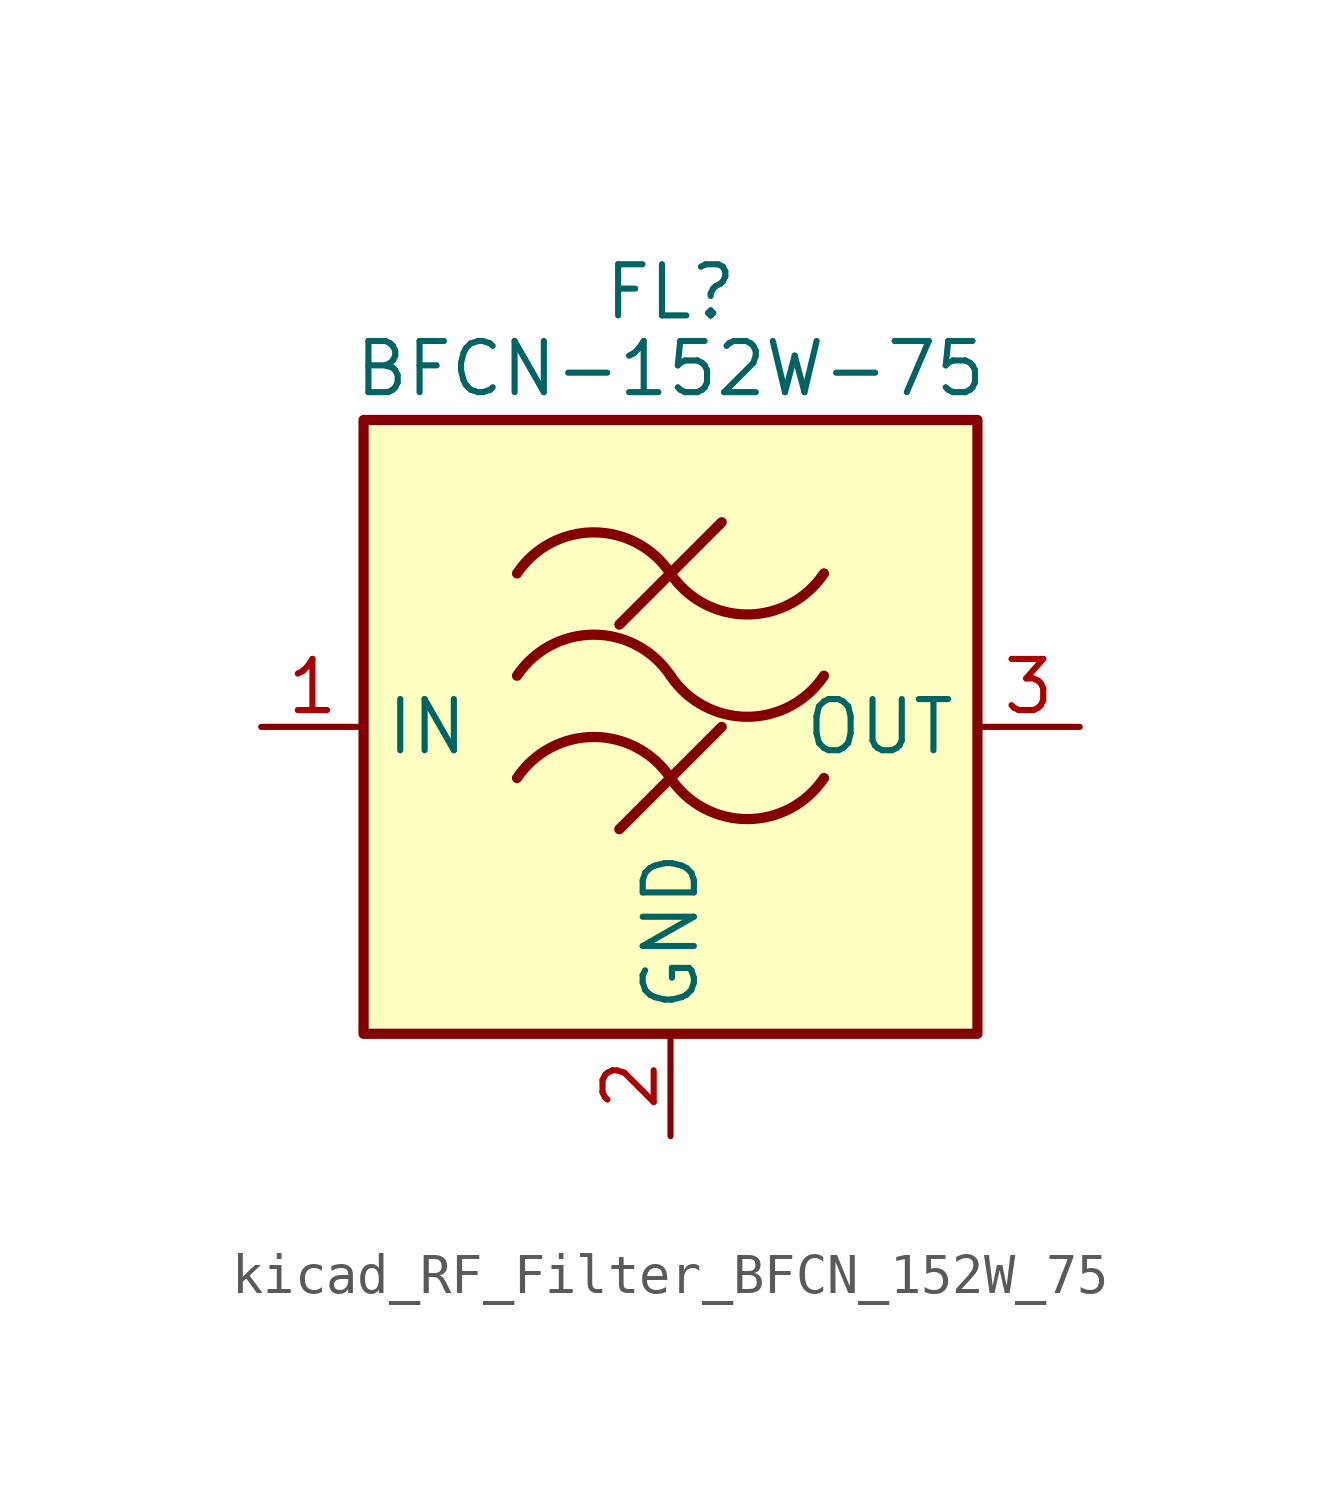
<source format=kicad_sym>
(kicad_symbol_lib
  (version 20220914)
  (generator kicad_symbol_editor)
  (symbol "kicad_RF_Filter_BFCN_152W_75"
    (property "Reference" "FL"
      (at 0 10.795 0)
      (effects (font (size 1.27 1.27))))
    (property "Value" "BFCN-152W-75"
      (at 0 8.89 0)
      (effects (font (size 1.27 1.27))))
    (symbol "kicad_RF_Filter_BFCN_152W_75_0_1"
      (rectangle (start -7.62 7.62) (end 7.62 -7.62) (stroke (width 0.254) (type default)) (fill (type background)))
      (arc (start 0 -1.27) (mid -1.905 -0.2505) (end -3.81 -1.27) (stroke (width 0.254) (type default)) (fill (type none)))
      (arc (start 0 -1.27) (mid 1.905 -2.2895) (end 3.81 -1.27) (stroke (width 0.254) (type default)) (fill (type none)))
      (polyline (pts (xy -1.27 -2.54) (xy 1.27 0)) (stroke (width 0.254) (type default)) (fill (type none)))
      (polyline (pts (xy -1.27 2.54) (xy 1.27 5.08)) (stroke (width 0.254) (type default)) (fill (type none)))
      (arc (start 0 1.27) (mid -1.905 2.2895) (end -3.81 1.27) (stroke (width 0.254) (type default)) (fill (type none)))
      (arc (start 0 1.27) (mid 1.905 0.2505) (end 3.81 1.27) (stroke (width 0.254) (type default)) (fill (type none)))
      (arc (start 0 3.81) (mid -1.905 4.8295) (end -3.81 3.81) (stroke (width 0.254) (type default)) (fill (type none)))
      (arc (start 0 3.81) (mid 1.905 2.7905) (end 3.81 3.81) (stroke (width 0.254) (type default)) (fill (type none))))
    (symbol "kicad_RF_Filter_BFCN_152W_75_1_1"
      (pin passive line (at -10.16 0 0) (length 2.54) (name "IN" (effects (font (size 1.27 1.27)))) (number "1" (effects (font (size 1.27 1.27)))))
      (pin passive line (at 0 -10.16 90) (length 2.54) (name "GND" (effects (font (size 1.27 1.27)))) (number "2" (effects (font (size 1.27 1.27)))))
      (pin passive line (at 10.16 0 180) (length 2.54) (name "OUT" (effects (font (size 1.27 1.27)))) (number "3" (effects (font (size 1.27 1.27))))))))
</source>
